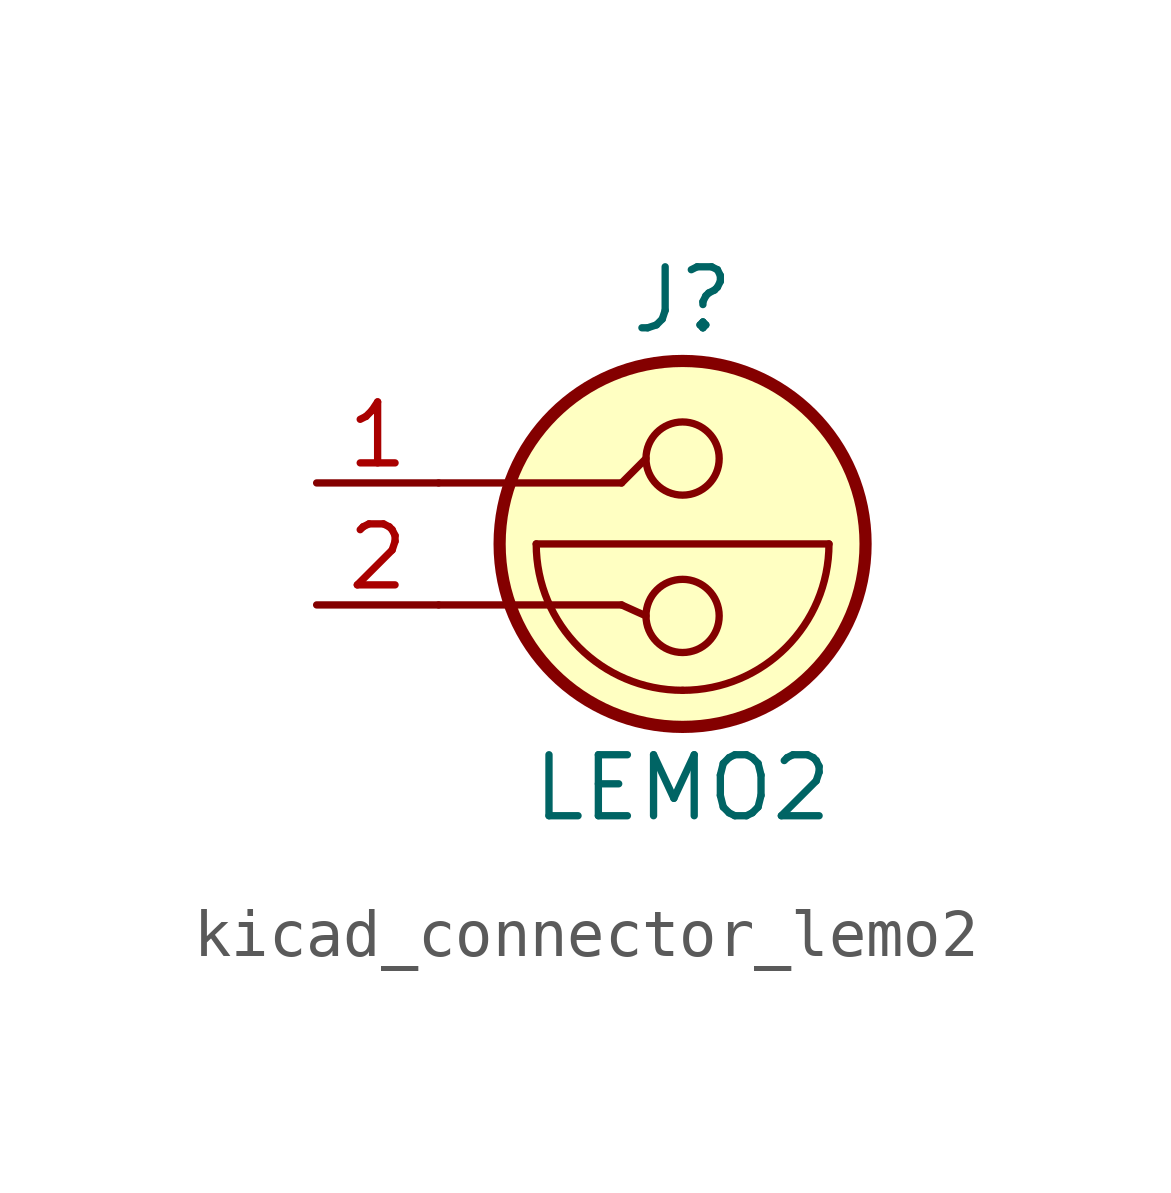
<source format=kicad_sym>
(kicad_symbol_lib
  (version 20220914)
  (generator kicad_symbol_editor)
  (symbol "kicad_connector_lemo2"
    (pin_names
      (offset 1.016) hide)
    (property "Reference" "J"
      (at 0 6.35 0)
      (effects (font (size 1.27 1.27))))
    (property "Value" "LEMO2"
      (at 0 -3.81 0)
      (effects (font (size 1.27 1.27))))
    (symbol "kicad_connector_lemo2_0_1"
      (arc (start -3.048 1.27) (mid -2.1553 -0.8853) (end 0 -1.778) (stroke (width 0) (type default)) (fill (type none)))
      (arc (start 0 -1.778) (mid 2.1553 -0.8853) (end 3.048 1.27) (stroke (width 0) (type default)) (fill (type none)))
      (circle (center 0 -0.229) (radius 0.762) (stroke (width 0) (type default)) (fill (type none)))
      (polyline (pts (xy -5.08 0) (xy -1.27 0)) (stroke (width 0) (type default)) (fill (type none)))
      (polyline (pts (xy -5.08 2.54) (xy -1.27 2.54)) (stroke (width 0) (type default)) (fill (type none)))
      (polyline (pts (xy -3.048 1.27) (xy 3.048 1.27)) (stroke (width 0) (type default)) (fill (type none)))
      (polyline (pts (xy -1.27 2.54) (xy -0.762 3.048)) (stroke (width 0) (type default)) (fill (type none)))
      (polyline (pts (xy -0.762 -0.229) (xy -1.27 0)) (stroke (width 0) (type default)) (fill (type none)))
      (circle (center 0 1.27) (radius 3.81) (stroke (width 0.254) (type default)) (fill (type background)))
      (circle (center 0 3.048) (radius 0.762) (stroke (width 0) (type default)) (fill (type none))))
    (symbol "kicad_connector_lemo2_1_1"
      (pin passive line (at -7.62 2.54 0) (length 2.54) (name "~" (effects (font (size 1.27 1.27)))) (number "1" (effects (font (size 1.27 1.27)))))
      (pin passive line (at -7.62 0 0) (length 2.54) (name "~" (effects (font (size 1.27 1.27)))) (number "2" (effects (font (size 1.27 1.27))))))))
</source>
